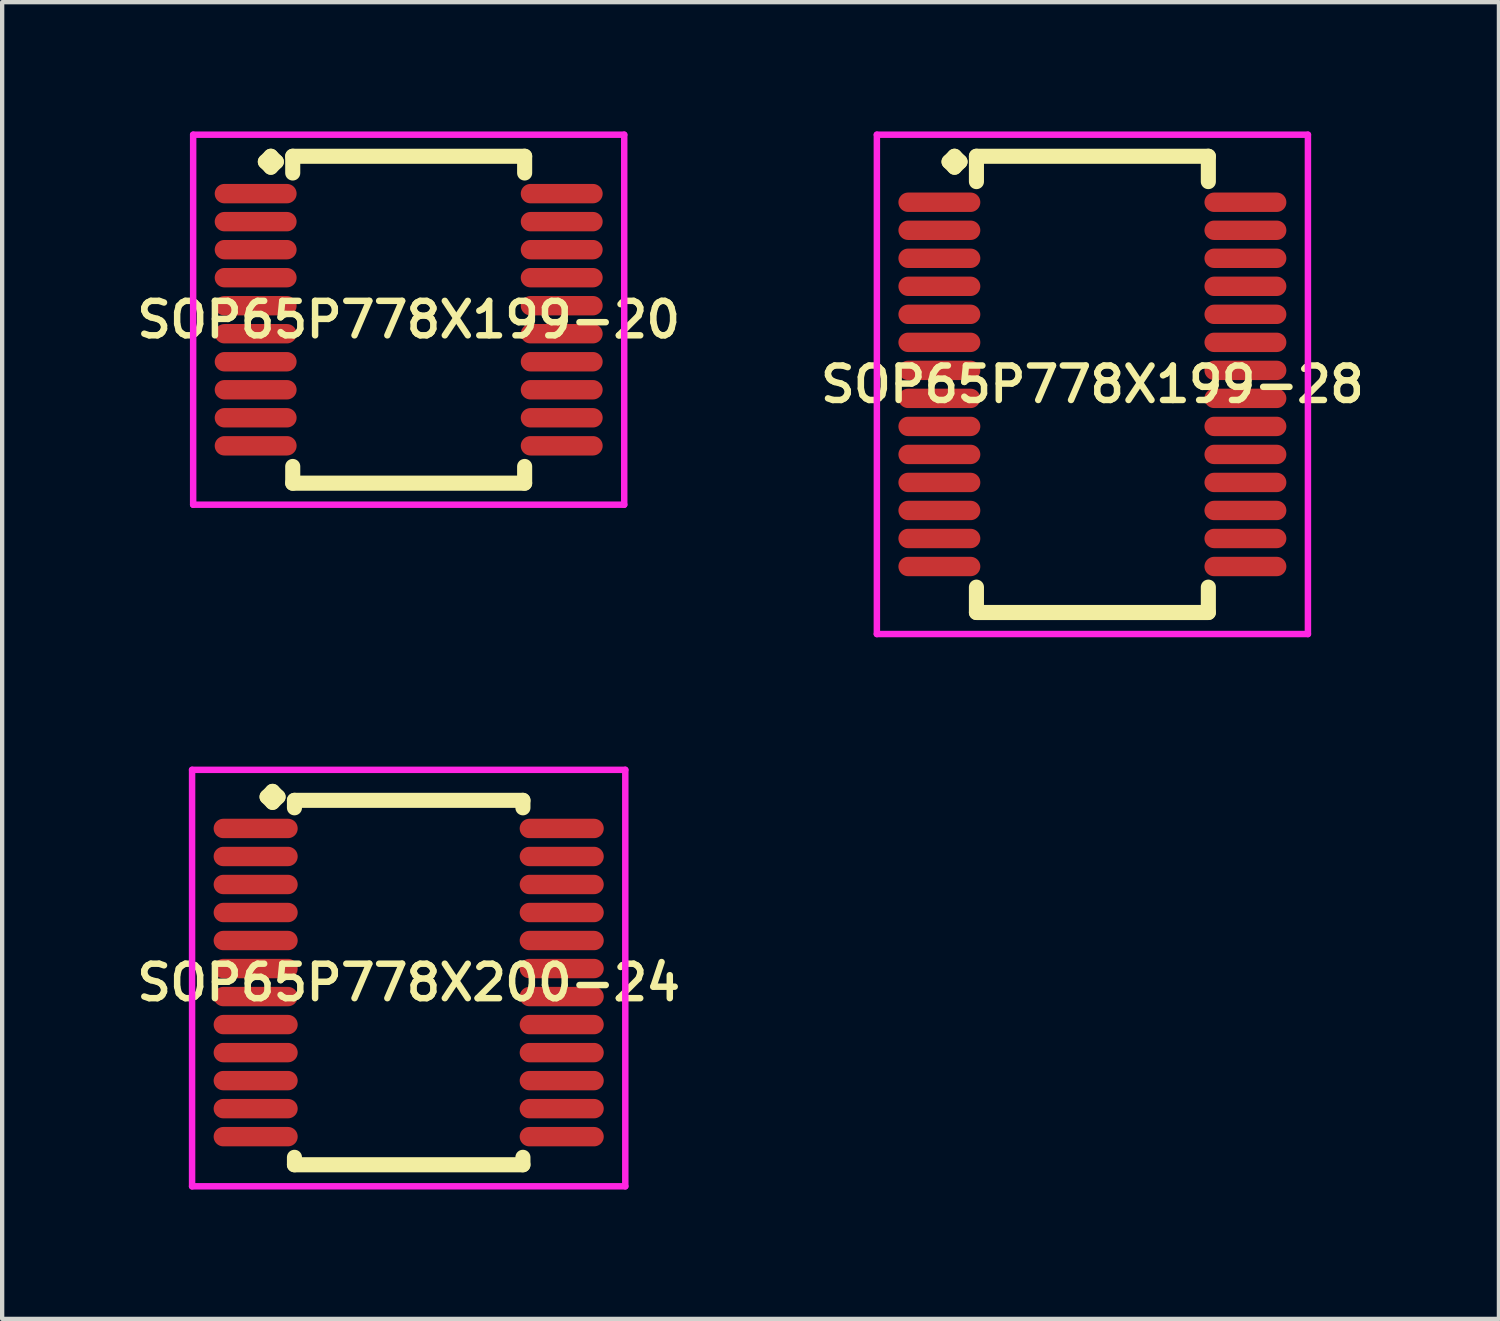
<source format=kicad_pcb>
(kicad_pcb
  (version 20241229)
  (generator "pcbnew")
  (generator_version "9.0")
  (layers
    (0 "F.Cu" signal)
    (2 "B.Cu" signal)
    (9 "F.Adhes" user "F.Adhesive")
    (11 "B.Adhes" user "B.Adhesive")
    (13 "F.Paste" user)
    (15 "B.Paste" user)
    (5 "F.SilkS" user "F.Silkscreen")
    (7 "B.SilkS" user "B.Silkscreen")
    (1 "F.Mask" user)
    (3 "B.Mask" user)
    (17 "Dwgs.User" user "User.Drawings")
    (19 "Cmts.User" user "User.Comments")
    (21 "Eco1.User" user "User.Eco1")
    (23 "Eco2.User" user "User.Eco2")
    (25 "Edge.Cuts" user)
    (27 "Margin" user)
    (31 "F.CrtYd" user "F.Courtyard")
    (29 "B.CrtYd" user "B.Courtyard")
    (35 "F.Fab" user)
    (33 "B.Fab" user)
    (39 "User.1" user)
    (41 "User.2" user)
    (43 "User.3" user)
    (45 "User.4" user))
  (footprint "SOP65P778X200-24"
    (layer "F.Cu")
    (at 6.431 19.744)
    (property "Reference" "SOP65P778X200-24" (at 0 0 0) (layer "F.SilkS") (effects (font (size 0.8 0.8) (thickness 0.15))))
    (attr smd)
    (fp_line (start -3.285 -4.308) (end -3.158 -4.435) (stroke (width 0.35) (type solid)) (layer "F.SilkS"))
    (fp_line (start -3.158 -4.435) (end -3.031 -4.308) (stroke (width 0.35) (type solid)) (layer "F.SilkS"))
    (fp_line (start -3.158 -4.181) (end -3.285 -4.308) (stroke (width 0.35) (type solid)) (layer "F.SilkS"))
    (fp_line (start -3.031 -4.308) (end -3.158 -4.181) (stroke (width 0.35) (type solid)) (layer "F.SilkS"))
    (fp_line (start -2.65 -4.227) (end 2.65 -4.227) (stroke (width 0.35) (type solid)) (layer "F.SilkS"))
    (fp_line (start -2.65 -4.054) (end -2.65 -4.227) (stroke (width 0.35) (type solid)) (layer "F.SilkS"))
    (fp_line (start -2.65 4.054) (end -2.65 4.227) (stroke (width 0.35) (type solid)) (layer "F.SilkS"))
    (fp_line (start -2.65 4.227) (end 2.65 4.227) (stroke (width 0.35) (type solid)) (layer "F.SilkS"))
    (fp_line (start 2.65 -4.227) (end 2.65 -4.054) (stroke (width 0.35) (type solid)) (layer "F.SilkS"))
    (fp_line (start 2.65 4.227) (end 2.65 4.054) (stroke (width 0.35) (type solid)) (layer "F.SilkS"))
    (fp_line (start -5.025 -4.935) (end 5.025 -4.935) (stroke (width 0.15) (type solid)) (layer "F.CrtYd"))
    (fp_line (start -5.025 4.727) (end -5.025 -4.935) (stroke (width 0.15) (type solid)) (layer "F.CrtYd"))
    (fp_line (start 5.025 -4.935) (end 5.025 4.727) (stroke (width 0.15) (type solid)) (layer "F.CrtYd"))
    (fp_line (start 5.025 4.727) (end -5.025 4.727) (stroke (width 0.15) (type solid)) (layer "F.CrtYd"))
    (pad "1" smd oval (at -3.55 -3.575) (size 1.95 0.45) (layers "F.Cu" "F.Mask" "F.Paste"))
    (pad "2" smd oval (at -3.55 -2.925) (size 1.95 0.45) (layers "F.Cu" "F.Mask" "F.Paste"))
    (pad "3" smd oval (at -3.55 -2.275) (size 1.95 0.45) (layers "F.Cu" "F.Mask" "F.Paste"))
    (pad "4" smd oval (at -3.55 -1.625) (size 1.95 0.45) (layers "F.Cu" "F.Mask" "F.Paste"))
    (pad "5" smd oval (at -3.55 -0.975) (size 1.95 0.45) (layers "F.Cu" "F.Mask" "F.Paste"))
    (pad "6" smd oval (at -3.55 -0.325) (size 1.95 0.45) (layers "F.Cu" "F.Mask" "F.Paste"))
    (pad "7" smd oval (at -3.55 0.325) (size 1.95 0.45) (layers "F.Cu" "F.Mask" "F.Paste"))
    (pad "8" smd oval (at -3.55 0.975) (size 1.95 0.45) (layers "F.Cu" "F.Mask" "F.Paste"))
    (pad "9" smd oval (at -3.55 1.625) (size 1.95 0.45) (layers "F.Cu" "F.Mask" "F.Paste"))
    (pad "10" smd oval (at -3.55 2.275) (size 1.95 0.45) (layers "F.Cu" "F.Mask" "F.Paste"))
    (pad "11" smd oval (at -3.55 2.925) (size 1.95 0.45) (layers "F.Cu" "F.Mask" "F.Paste"))
    (pad "12" smd oval (at -3.55 3.575) (size 1.95 0.45) (layers "F.Cu" "F.Mask" "F.Paste"))
    (pad "13" smd oval (at 3.55 3.575) (size 1.95 0.45) (layers "F.Cu" "F.Mask" "F.Paste"))
    (pad "14" smd oval (at 3.55 2.925) (size 1.95 0.45) (layers "F.Cu" "F.Mask" "F.Paste"))
    (pad "15" smd oval (at 3.55 2.275) (size 1.95 0.45) (layers "F.Cu" "F.Mask" "F.Paste"))
    (pad "16" smd oval (at 3.55 1.625) (size 1.95 0.45) (layers "F.Cu" "F.Mask" "F.Paste"))
    (pad "17" smd oval (at 3.55 0.975) (size 1.95 0.45) (layers "F.Cu" "F.Mask" "F.Paste"))
    (pad "18" smd oval (at 3.55 0.325) (size 1.95 0.45) (layers "F.Cu" "F.Mask" "F.Paste"))
    (pad "19" smd oval (at 3.55 -0.325) (size 1.95 0.45) (layers "F.Cu" "F.Mask" "F.Paste"))
    (pad "20" smd oval (at 3.55 -0.975) (size 1.95 0.45) (layers "F.Cu" "F.Mask" "F.Paste"))
    (pad "21" smd oval (at 3.55 -1.625) (size 1.95 0.45) (layers "F.Cu" "F.Mask" "F.Paste"))
    (pad "22" smd oval (at 3.55 -2.275) (size 1.95 0.45) (layers "F.Cu" "F.Mask" "F.Paste"))
    (pad "23" smd oval (at 3.55 -2.925) (size 1.95 0.45) (layers "F.Cu" "F.Mask" "F.Paste"))
    (pad "24" smd oval (at 3.55 -3.575) (size 1.95 0.45) (layers "F.Cu" "F.Mask" "F.Paste")))
  (footprint "SOP65P778X199-28"
    (layer "F.Cu")
    (at 22.292 5.867)
    (property "Reference" "SOP65P778X199-28" (at 0 0 0) (layer "F.SilkS") (effects (font (size 0.8 0.8) (thickness 0.15))))
    (attr smd)
    (fp_line (start -3.325 -5.165) (end -3.198 -5.292) (stroke (width 0.35) (type solid)) (layer "F.SilkS"))
    (fp_line (start -3.198 -5.292) (end -3.071 -5.165) (stroke (width 0.35) (type solid)) (layer "F.SilkS"))
    (fp_line (start -3.198 -5.038) (end -3.325 -5.165) (stroke (width 0.35) (type solid)) (layer "F.SilkS"))
    (fp_line (start -3.071 -5.165) (end -3.198 -5.038) (stroke (width 0.35) (type solid)) (layer "F.SilkS"))
    (fp_line (start -2.69 -5.292) (end 2.69 -5.292) (stroke (width 0.35) (type solid)) (layer "F.SilkS"))
    (fp_line (start -2.69 -4.704) (end -2.69 -5.292) (stroke (width 0.35) (type solid)) (layer "F.SilkS"))
    (fp_line (start -2.69 4.704) (end -2.69 5.292) (stroke (width 0.35) (type solid)) (layer "F.SilkS"))
    (fp_line (start -2.69 5.292) (end 2.69 5.292) (stroke (width 0.35) (type solid)) (layer "F.SilkS"))
    (fp_line (start 2.69 -5.292) (end 2.69 -4.704) (stroke (width 0.35) (type solid)) (layer "F.SilkS"))
    (fp_line (start 2.69 5.292) (end 2.69 4.704) (stroke (width 0.35) (type solid)) (layer "F.SilkS"))
    (fp_line (start -5 -5.792) (end 5 -5.792) (stroke (width 0.15) (type solid)) (layer "F.CrtYd"))
    (fp_line (start -5 5.792) (end -5 -5.792) (stroke (width 0.15) (type solid)) (layer "F.CrtYd"))
    (fp_line (start 5 -5.792) (end 5 5.792) (stroke (width 0.15) (type solid)) (layer "F.CrtYd"))
    (fp_line (start 5 5.792) (end -5 5.792) (stroke (width 0.15) (type solid)) (layer "F.CrtYd"))
    (pad "1" smd oval (at -3.55 -4.225) (size 1.9 0.45) (layers "F.Cu" "F.Mask" "F.Paste"))
    (pad "2" smd oval (at -3.55 -3.575) (size 1.9 0.45) (layers "F.Cu" "F.Mask" "F.Paste"))
    (pad "3" smd oval (at -3.55 -2.925) (size 1.9 0.45) (layers "F.Cu" "F.Mask" "F.Paste"))
    (pad "4" smd oval (at -3.55 -2.275) (size 1.9 0.45) (layers "F.Cu" "F.Mask" "F.Paste"))
    (pad "5" smd oval (at -3.55 -1.625) (size 1.9 0.45) (layers "F.Cu" "F.Mask" "F.Paste"))
    (pad "6" smd oval (at -3.55 -0.975) (size 1.9 0.45) (layers "F.Cu" "F.Mask" "F.Paste"))
    (pad "7" smd oval (at -3.55 -0.325) (size 1.9 0.45) (layers "F.Cu" "F.Mask" "F.Paste"))
    (pad "8" smd oval (at -3.55 0.325) (size 1.9 0.45) (layers "F.Cu" "F.Mask" "F.Paste"))
    (pad "9" smd oval (at -3.55 0.975) (size 1.9 0.45) (layers "F.Cu" "F.Mask" "F.Paste"))
    (pad "10" smd oval (at -3.55 1.625) (size 1.9 0.45) (layers "F.Cu" "F.Mask" "F.Paste"))
    (pad "11" smd oval (at -3.55 2.275) (size 1.9 0.45) (layers "F.Cu" "F.Mask" "F.Paste"))
    (pad "12" smd oval (at -3.55 2.925) (size 1.9 0.45) (layers "F.Cu" "F.Mask" "F.Paste"))
    (pad "13" smd oval (at -3.55 3.575) (size 1.9 0.45) (layers "F.Cu" "F.Mask" "F.Paste"))
    (pad "14" smd oval (at -3.55 4.225) (size 1.9 0.45) (layers "F.Cu" "F.Mask" "F.Paste"))
    (pad "15" smd oval (at 3.55 4.225) (size 1.9 0.45) (layers "F.Cu" "F.Mask" "F.Paste"))
    (pad "16" smd oval (at 3.55 3.575) (size 1.9 0.45) (layers "F.Cu" "F.Mask" "F.Paste"))
    (pad "17" smd oval (at 3.55 2.925) (size 1.9 0.45) (layers "F.Cu" "F.Mask" "F.Paste"))
    (pad "18" smd oval (at 3.55 2.275) (size 1.9 0.45) (layers "F.Cu" "F.Mask" "F.Paste"))
    (pad "19" smd oval (at 3.55 1.625) (size 1.9 0.45) (layers "F.Cu" "F.Mask" "F.Paste"))
    (pad "20" smd oval (at 3.55 0.975) (size 1.9 0.45) (layers "F.Cu" "F.Mask" "F.Paste"))
    (pad "21" smd oval (at 3.55 0.325) (size 1.9 0.45) (layers "F.Cu" "F.Mask" "F.Paste"))
    (pad "22" smd oval (at 3.55 -0.325) (size 1.9 0.45) (layers "F.Cu" "F.Mask" "F.Paste"))
    (pad "23" smd oval (at 3.55 -0.975) (size 1.9 0.45) (layers "F.Cu" "F.Mask" "F.Paste"))
    (pad "24" smd oval (at 3.55 -1.625) (size 1.9 0.45) (layers "F.Cu" "F.Mask" "F.Paste"))
    (pad "25" smd oval (at 3.55 -2.275) (size 1.9 0.45) (layers "F.Cu" "F.Mask" "F.Paste"))
    (pad "26" smd oval (at 3.55 -2.925) (size 1.9 0.45) (layers "F.Cu" "F.Mask" "F.Paste"))
    (pad "27" smd oval (at 3.55 -3.575) (size 1.9 0.45) (layers "F.Cu" "F.Mask" "F.Paste"))
    (pad "28" smd oval (at 3.55 -4.225) (size 1.9 0.45) (layers "F.Cu" "F.Mask" "F.Paste")))
  (footprint "SOP65P778X199-20"
    (layer "F.Cu")
    (at 6.431 4.367)
    (property "Reference" "SOP65P778X199-20" (at 0 0 0) (layer "F.SilkS") (effects (font (size 0.8 0.8) (thickness 0.15))))
    (attr smd)
    (fp_line (start -3.325 -3.665) (end -3.198 -3.792) (stroke (width 0.35) (type solid)) (layer "F.SilkS"))
    (fp_line (start -3.198 -3.792) (end -3.071 -3.665) (stroke (width 0.35) (type solid)) (layer "F.SilkS"))
    (fp_line (start -3.198 -3.538) (end -3.325 -3.665) (stroke (width 0.35) (type solid)) (layer "F.SilkS"))
    (fp_line (start -3.071 -3.665) (end -3.198 -3.538) (stroke (width 0.35) (type solid)) (layer "F.SilkS"))
    (fp_line (start -2.69 -3.792) (end 2.69 -3.792) (stroke (width 0.35) (type solid)) (layer "F.SilkS"))
    (fp_line (start -2.69 -3.404) (end -2.69 -3.792) (stroke (width 0.35) (type solid)) (layer "F.SilkS"))
    (fp_line (start -2.69 3.404) (end -2.69 3.792) (stroke (width 0.35) (type solid)) (layer "F.SilkS"))
    (fp_line (start -2.69 3.792) (end 2.69 3.792) (stroke (width 0.35) (type solid)) (layer "F.SilkS"))
    (fp_line (start 2.69 -3.792) (end 2.69 -3.404) (stroke (width 0.35) (type solid)) (layer "F.SilkS"))
    (fp_line (start 2.69 3.792) (end 2.69 3.404) (stroke (width 0.35) (type solid)) (layer "F.SilkS"))
    (fp_line (start -5 -4.292) (end 5 -4.292) (stroke (width 0.15) (type solid)) (layer "F.CrtYd"))
    (fp_line (start -5 4.292) (end -5 -4.292) (stroke (width 0.15) (type solid)) (layer "F.CrtYd"))
    (fp_line (start 5 -4.292) (end 5 4.292) (stroke (width 0.15) (type solid)) (layer "F.CrtYd"))
    (fp_line (start 5 4.292) (end -5 4.292) (stroke (width 0.15) (type solid)) (layer "F.CrtYd"))
    (pad "1" smd oval (at -3.55 -2.925) (size 1.9 0.45) (layers "F.Cu" "F.Mask" "F.Paste"))
    (pad "2" smd oval (at -3.55 -2.275) (size 1.9 0.45) (layers "F.Cu" "F.Mask" "F.Paste"))
    (pad "3" smd oval (at -3.55 -1.625) (size 1.9 0.45) (layers "F.Cu" "F.Mask" "F.Paste"))
    (pad "4" smd oval (at -3.55 -0.975) (size 1.9 0.45) (layers "F.Cu" "F.Mask" "F.Paste"))
    (pad "5" smd oval (at -3.55 -0.325) (size 1.9 0.45) (layers "F.Cu" "F.Mask" "F.Paste"))
    (pad "6" smd oval (at -3.55 0.325) (size 1.9 0.45) (layers "F.Cu" "F.Mask" "F.Paste"))
    (pad "7" smd oval (at -3.55 0.975) (size 1.9 0.45) (layers "F.Cu" "F.Mask" "F.Paste"))
    (pad "8" smd oval (at -3.55 1.625) (size 1.9 0.45) (layers "F.Cu" "F.Mask" "F.Paste"))
    (pad "9" smd oval (at -3.55 2.275) (size 1.9 0.45) (layers "F.Cu" "F.Mask" "F.Paste"))
    (pad "10" smd oval (at -3.55 2.925) (size 1.9 0.45) (layers "F.Cu" "F.Mask" "F.Paste"))
    (pad "11" smd oval (at 3.55 2.925) (size 1.9 0.45) (layers "F.Cu" "F.Mask" "F.Paste"))
    (pad "12" smd oval (at 3.55 2.275) (size 1.9 0.45) (layers "F.Cu" "F.Mask" "F.Paste"))
    (pad "13" smd oval (at 3.55 1.625) (size 1.9 0.45) (layers "F.Cu" "F.Mask" "F.Paste"))
    (pad "14" smd oval (at 3.55 0.975) (size 1.9 0.45) (layers "F.Cu" "F.Mask" "F.Paste"))
    (pad "15" smd oval (at 3.55 0.325) (size 1.9 0.45) (layers "F.Cu" "F.Mask" "F.Paste"))
    (pad "16" smd oval (at 3.55 -0.325) (size 1.9 0.45) (layers "F.Cu" "F.Mask" "F.Paste"))
    (pad "17" smd oval (at 3.55 -0.975) (size 1.9 0.45) (layers "F.Cu" "F.Mask" "F.Paste"))
    (pad "18" smd oval (at 3.55 -1.625) (size 1.9 0.45) (layers "F.Cu" "F.Mask" "F.Paste"))
    (pad "19" smd oval (at 3.55 -2.275) (size 1.9 0.45) (layers "F.Cu" "F.Mask" "F.Paste"))
    (pad "20" smd oval (at 3.55 -2.925) (size 1.9 0.45) (layers "F.Cu" "F.Mask" "F.Paste")))
  (gr_rect
    (start -3 -3)
    (end 31.723 27.546)
    (stroke (width 0.1) (type default))
    (fill no)
    (layer "Edge.Cuts")))
</source>
